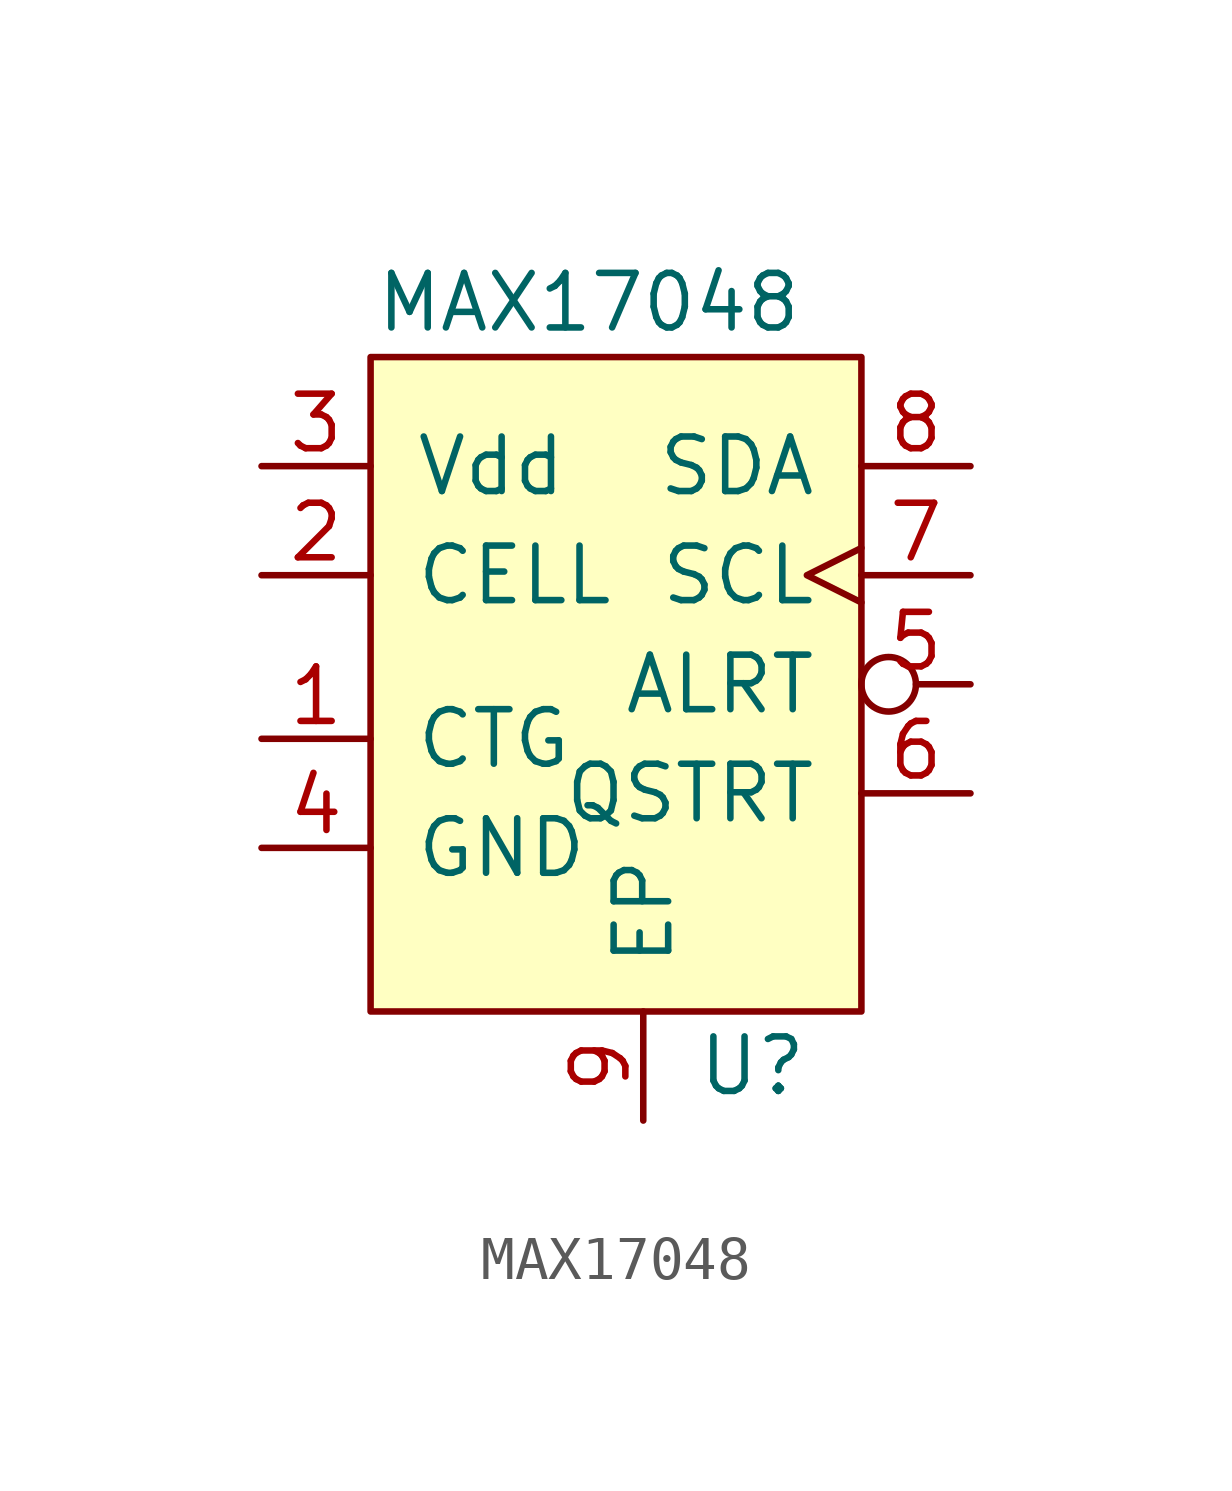
<source format=kicad_sym>
(kicad_symbol_lib
  (version 20211014)
  (generator kicad_symbol_editor)
  (symbol "MAX17048"
    (pin_names
      (offset 1.016))
    (property "Reference" "U"
      (at 3.81 -10.16 0)
      (effects (font (size 1.27 1.27))))
    (property "Value" "MAX17048"
      (at 0 7.62 0)
      (effects (font (size 1.27 1.27))))
    (symbol "MAX17048_0_1"
      (rectangle (start -5.08 6.35) (end 6.35 -8.89) (stroke (width 0) (type default) (color 0 0 0 0)) (fill (type background))))
    (symbol "MAX17048_1_1"
      (pin input line (at -7.62 -2.54 0) (length 2.54) (name "CTG" (effects (font (size 1.27 1.27)))) (number "1" (effects (font (size 1.27 1.27)))))
      (pin input line (at -7.62 1.27 0) (length 2.54) (name "CELL" (effects (font (size 1.27 1.27)))) (number "2" (effects (font (size 1.27 1.27)))))
      (pin power_in line (at -7.62 3.81 0) (length 2.54) (name "Vdd" (effects (font (size 1.27 1.27)))) (number "3" (effects (font (size 1.27 1.27)))))
      (pin power_in line (at -7.62 -5.08 0) (length 2.54) (name "GND" (effects (font (size 1.27 1.27)))) (number "4" (effects (font (size 1.27 1.27)))))
      (pin output inverted (at 8.89 -1.27 180) (length 2.54) (name "ALRT" (effects (font (size 1.27 1.27)))) (number "5" (effects (font (size 1.27 1.27)))))
      (pin input line (at 8.89 -3.81 180) (length 2.54) (name "QSTRT" (effects (font (size 1.27 1.27)))) (number "6" (effects (font (size 1.27 1.27)))))
      (pin input clock (at 8.89 1.27 180) (length 2.54) (name "SCL" (effects (font (size 1.27 1.27)))) (number "7" (effects (font (size 1.27 1.27)))))
      (pin bidirectional line (at 8.89 3.81 180) (length 2.54) (name "SDA" (effects (font (size 1.27 1.27)))) (number "8" (effects (font (size 1.27 1.27)))))
      (pin power_in line (at 1.27 -11.43 90) (length 2.54) (name "EP" (effects (font (size 1.27 1.27)))) (number "9" (effects (font (size 1.27 1.27))))))))
</source>
